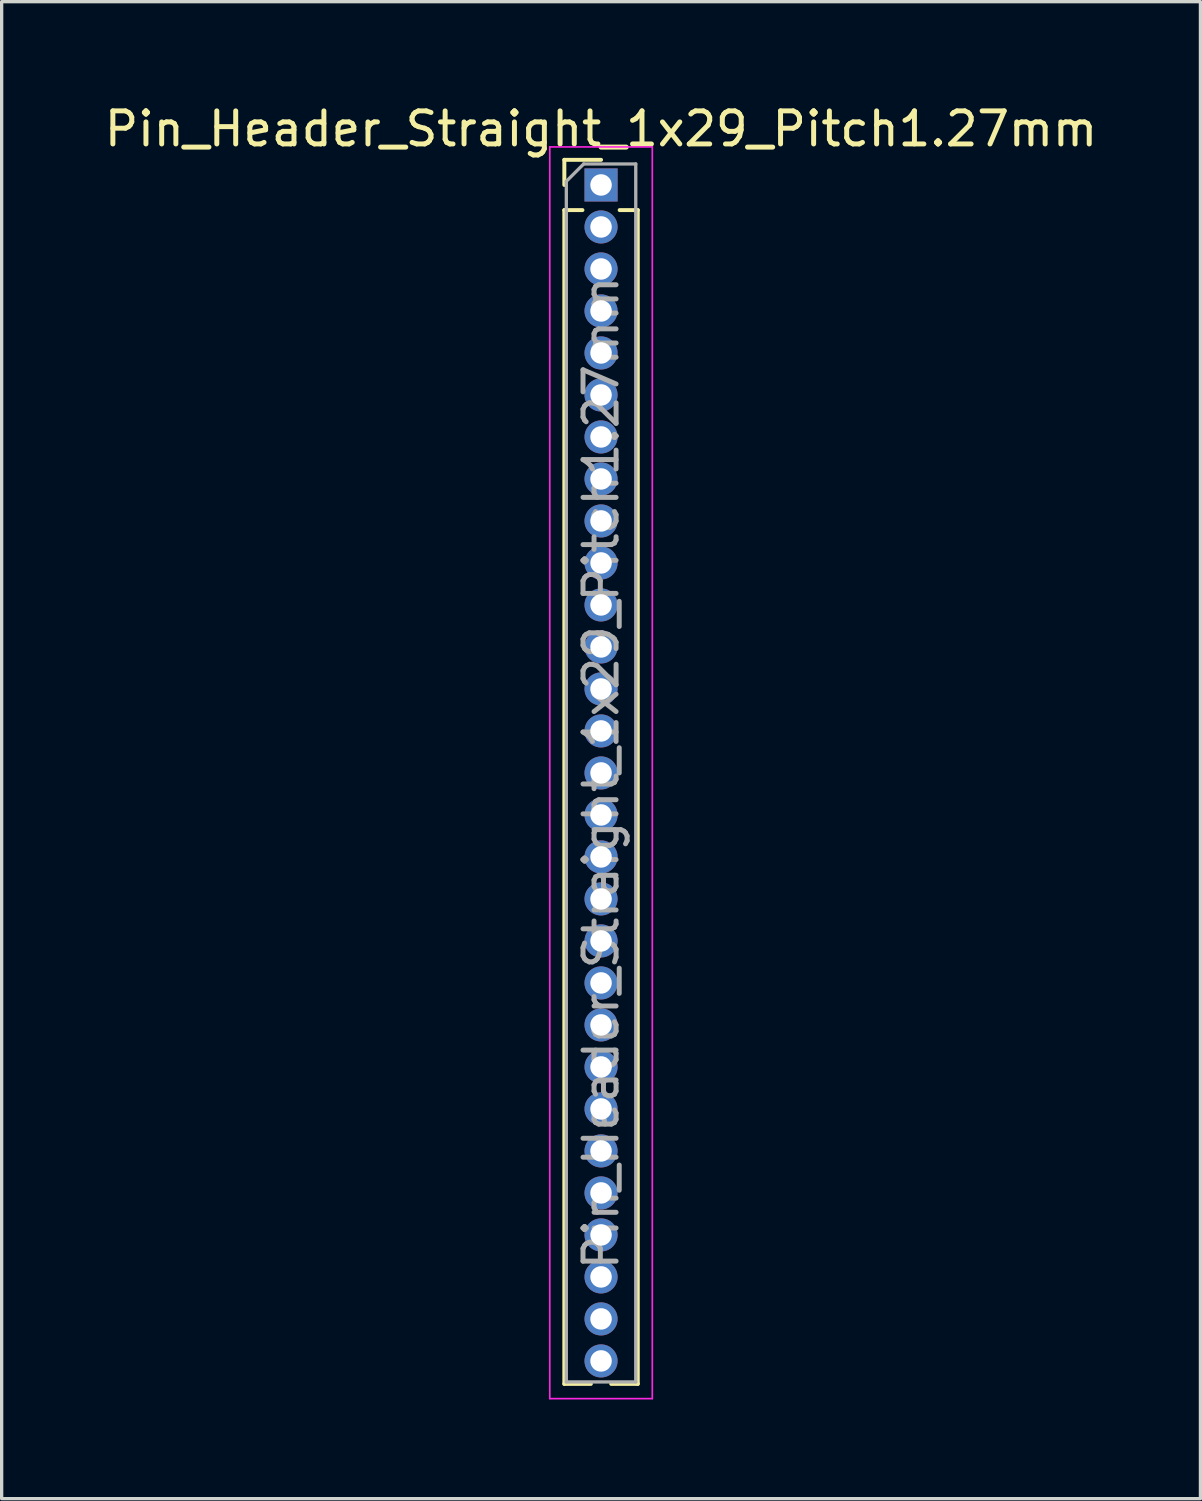
<source format=kicad_pcb>
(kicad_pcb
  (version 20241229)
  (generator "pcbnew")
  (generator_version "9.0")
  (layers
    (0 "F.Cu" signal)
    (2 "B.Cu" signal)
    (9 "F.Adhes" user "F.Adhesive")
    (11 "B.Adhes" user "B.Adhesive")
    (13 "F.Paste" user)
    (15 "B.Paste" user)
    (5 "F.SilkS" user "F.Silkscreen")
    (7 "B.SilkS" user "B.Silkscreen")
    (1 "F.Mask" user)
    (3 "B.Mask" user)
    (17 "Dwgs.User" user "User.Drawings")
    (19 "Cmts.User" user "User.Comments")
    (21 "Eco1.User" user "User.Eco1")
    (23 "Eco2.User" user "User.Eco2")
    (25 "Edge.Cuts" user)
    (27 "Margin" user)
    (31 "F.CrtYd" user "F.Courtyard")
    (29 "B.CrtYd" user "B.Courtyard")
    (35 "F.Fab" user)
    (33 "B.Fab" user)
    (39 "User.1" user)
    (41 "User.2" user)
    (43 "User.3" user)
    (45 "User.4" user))
  (footprint "Pin_Header_Straight_1x29_Pitch1.27mm"
    (layer "F.Cu")
    (at 15.125 2.543)
    (property "Reference" "Pin_Header_Straight_1x29_Pitch1.27mm" (at 0 -1.695 0) (layer "F.SilkS") (effects (font (size 1 1) (thickness 0.15))))
    (attr through_hole)
    (fp_line (start -1.11 -0.76) (end 0 -0.76) (stroke (width 0.12) (type solid)) (layer "F.SilkS"))
    (fp_line (start -1.11 0) (end -1.11 -0.76) (stroke (width 0.12) (type solid)) (layer "F.SilkS"))
    (fp_line (start -1.11 0.76) (end -1.11 36.255) (stroke (width 0.12) (type solid)) (layer "F.SilkS"))
    (fp_line (start -1.11 0.76) (end -0.563 0.76) (stroke (width 0.12) (type solid)) (layer "F.SilkS"))
    (fp_line (start -1.11 36.255) (end -0.308 36.255) (stroke (width 0.12) (type solid)) (layer "F.SilkS"))
    (fp_line (start 0.308 36.255) (end 1.11 36.255) (stroke (width 0.12) (type solid)) (layer "F.SilkS"))
    (fp_line (start 0.563 0.76) (end 1.11 0.76) (stroke (width 0.12) (type solid)) (layer "F.SilkS"))
    (fp_line (start 1.11 0.76) (end 1.11 36.255) (stroke (width 0.12) (type solid)) (layer "F.SilkS"))
    (fp_line (start -1.55 -1.15) (end -1.55 36.7) (stroke (width 0.05) (type solid)) (layer "F.CrtYd"))
    (fp_line (start -1.55 36.7) (end 1.55 36.7) (stroke (width 0.05) (type solid)) (layer "F.CrtYd"))
    (fp_line (start 1.55 -1.15) (end -1.55 -1.15) (stroke (width 0.05) (type solid)) (layer "F.CrtYd"))
    (fp_line (start 1.55 36.7) (end 1.55 -1.15) (stroke (width 0.05) (type solid)) (layer "F.CrtYd"))
    (fp_line (start -1.05 -0.11) (end -0.525 -0.635) (stroke (width 0.1) (type solid)) (layer "F.Fab"))
    (fp_line (start -1.05 36.195) (end -1.05 -0.11) (stroke (width 0.1) (type solid)) (layer "F.Fab"))
    (fp_line (start -0.525 -0.635) (end 1.05 -0.635) (stroke (width 0.1) (type solid)) (layer "F.Fab"))
    (fp_line (start 1.05 -0.635) (end 1.05 36.195) (stroke (width 0.1) (type solid)) (layer "F.Fab"))
    (fp_line (start 1.05 36.195) (end -1.05 36.195) (stroke (width 0.1) (type solid)) (layer "F.Fab"))
    (fp_text user "${REFERENCE}" (at 0 17.78 90) (layer "F.Fab") (effects (font (size 1 1) (thickness 0.15))))
    (pad "1" thru_hole rect (at 0 0) (size 1 1) (drill 0.65) (layers "*.Cu" "*.Mask"))
    (pad "2" thru_hole oval (at 0 1.27) (size 1 1) (drill 0.65) (layers "*.Cu" "*.Mask"))
    (pad "3" thru_hole oval (at 0 2.54) (size 1 1) (drill 0.65) (layers "*.Cu" "*.Mask"))
    (pad "4" thru_hole oval (at 0 3.81) (size 1 1) (drill 0.65) (layers "*.Cu" "*.Mask"))
    (pad "5" thru_hole oval (at 0 5.08) (size 1 1) (drill 0.65) (layers "*.Cu" "*.Mask"))
    (pad "6" thru_hole oval (at 0 6.35) (size 1 1) (drill 0.65) (layers "*.Cu" "*.Mask"))
    (pad "7" thru_hole oval (at 0 7.62) (size 1 1) (drill 0.65) (layers "*.Cu" "*.Mask"))
    (pad "8" thru_hole oval (at 0 8.89) (size 1 1) (drill 0.65) (layers "*.Cu" "*.Mask"))
    (pad "9" thru_hole oval (at 0 10.16) (size 1 1) (drill 0.65) (layers "*.Cu" "*.Mask"))
    (pad "10" thru_hole oval (at 0 11.43) (size 1 1) (drill 0.65) (layers "*.Cu" "*.Mask"))
    (pad "11" thru_hole oval (at 0 12.7) (size 1 1) (drill 0.65) (layers "*.Cu" "*.Mask"))
    (pad "12" thru_hole oval (at 0 13.97) (size 1 1) (drill 0.65) (layers "*.Cu" "*.Mask"))
    (pad "13" thru_hole oval (at 0 15.24) (size 1 1) (drill 0.65) (layers "*.Cu" "*.Mask"))
    (pad "14" thru_hole oval (at 0 16.51) (size 1 1) (drill 0.65) (layers "*.Cu" "*.Mask"))
    (pad "15" thru_hole oval (at 0 17.78) (size 1 1) (drill 0.65) (layers "*.Cu" "*.Mask"))
    (pad "16" thru_hole oval (at 0 19.05) (size 1 1) (drill 0.65) (layers "*.Cu" "*.Mask"))
    (pad "17" thru_hole oval (at 0 20.32) (size 1 1) (drill 0.65) (layers "*.Cu" "*.Mask"))
    (pad "18" thru_hole oval (at 0 21.59) (size 1 1) (drill 0.65) (layers "*.Cu" "*.Mask"))
    (pad "19" thru_hole oval (at 0 22.86) (size 1 1) (drill 0.65) (layers "*.Cu" "*.Mask"))
    (pad "20" thru_hole oval (at 0 24.13) (size 1 1) (drill 0.65) (layers "*.Cu" "*.Mask"))
    (pad "21" thru_hole oval (at 0 25.4) (size 1 1) (drill 0.65) (layers "*.Cu" "*.Mask"))
    (pad "22" thru_hole oval (at 0 26.67) (size 1 1) (drill 0.65) (layers "*.Cu" "*.Mask"))
    (pad "23" thru_hole oval (at 0 27.94) (size 1 1) (drill 0.65) (layers "*.Cu" "*.Mask"))
    (pad "24" thru_hole oval (at 0 29.21) (size 1 1) (drill 0.65) (layers "*.Cu" "*.Mask"))
    (pad "25" thru_hole oval (at 0 30.48) (size 1 1) (drill 0.65) (layers "*.Cu" "*.Mask"))
    (pad "26" thru_hole oval (at 0 31.75) (size 1 1) (drill 0.65) (layers "*.Cu" "*.Mask"))
    (pad "27" thru_hole oval (at 0 33.02) (size 1 1) (drill 0.65) (layers "*.Cu" "*.Mask"))
    (pad "28" thru_hole oval (at 0 34.29) (size 1 1) (drill 0.65) (layers "*.Cu" "*.Mask"))
    (pad "29" thru_hole oval (at 0 35.56) (size 1 1) (drill 0.65) (layers "*.Cu" "*.Mask")))
  (gr_rect
    (start -3 -3)
    (end 33.25 42.268)
    (stroke (width 0.1) (type default))
    (fill no)
    (layer "Edge.Cuts")))
</source>
